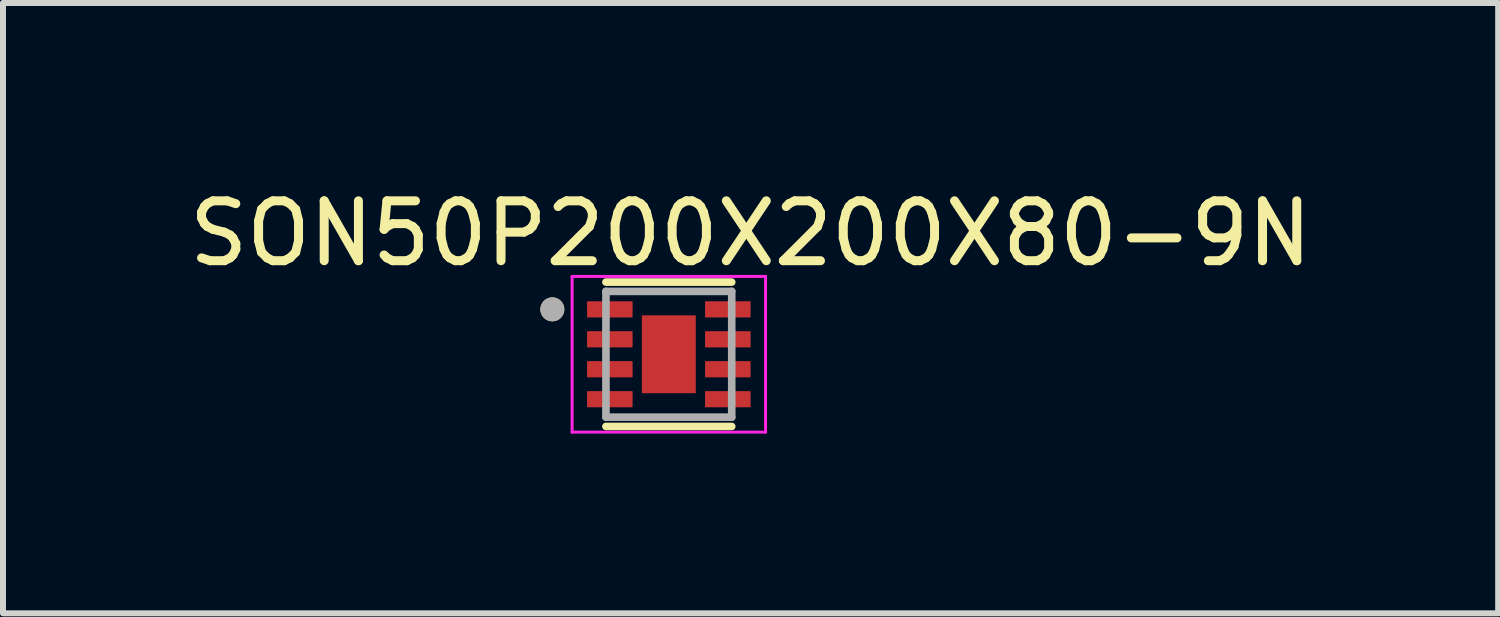
<source format=kicad_pcb>
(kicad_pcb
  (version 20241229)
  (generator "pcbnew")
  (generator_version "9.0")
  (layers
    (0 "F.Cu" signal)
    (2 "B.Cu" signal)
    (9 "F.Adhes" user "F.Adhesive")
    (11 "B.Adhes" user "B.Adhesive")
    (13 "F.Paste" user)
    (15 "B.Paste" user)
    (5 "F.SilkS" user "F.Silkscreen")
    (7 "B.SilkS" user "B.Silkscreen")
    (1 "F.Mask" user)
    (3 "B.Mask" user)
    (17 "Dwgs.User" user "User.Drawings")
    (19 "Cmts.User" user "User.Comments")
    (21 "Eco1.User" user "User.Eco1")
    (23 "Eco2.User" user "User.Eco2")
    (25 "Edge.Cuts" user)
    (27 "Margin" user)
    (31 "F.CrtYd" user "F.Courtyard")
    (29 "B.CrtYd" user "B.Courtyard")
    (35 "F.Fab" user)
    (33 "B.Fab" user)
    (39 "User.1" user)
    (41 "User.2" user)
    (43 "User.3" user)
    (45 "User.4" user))
  (footprint "SON50P200X200X80-9N"
    (layer "F.Cu")
    (at 8.117 2.865)
    (property "Reference" "SON50P200X200X80-9N" (at 1.365 -2.017 0) (layer "F.SilkS") (effects (font (size 1 1) (thickness 0.15))))
    (attr smd)
    (fp_line (start -1.05 -1.205) (end 1.05 -1.205) (stroke (width 0.127) (type solid)) (layer "F.SilkS"))
    (fp_line (start -1.05 1.205) (end 1.05 1.205) (stroke (width 0.127) (type solid)) (layer "F.SilkS"))
    (fp_circle (center -1.945 -0.75) (end -1.845 -0.75) (stroke (width 0.2) (type solid)) (fill no) (layer "F.SilkS"))
    (fp_poly (pts (xy -0.28 -0.41) (xy 0.28 -0.41) (xy 0.28 0.41) (xy -0.28 0.41)) (stroke (width 0.01) (type solid)) (fill yes) (layer "F.Paste"))
    (fp_line (start -1.615 -1.3) (end -1.615 1.3) (stroke (width 0.05) (type solid)) (layer "F.CrtYd"))
    (fp_line (start -1.615 -1.3) (end 1.615 -1.3) (stroke (width 0.05) (type solid)) (layer "F.CrtYd"))
    (fp_line (start -1.615 1.3) (end 1.615 1.3) (stroke (width 0.05) (type solid)) (layer "F.CrtYd"))
    (fp_line (start 1.615 -1.3) (end 1.615 1.3) (stroke (width 0.05) (type solid)) (layer "F.CrtYd"))
    (fp_line (start -1.05 -1.05) (end -1.05 1.05) (stroke (width 0.127) (type solid)) (layer "F.Fab"))
    (fp_line (start -1.05 -1.05) (end 1.05 -1.05) (stroke (width 0.127) (type solid)) (layer "F.Fab"))
    (fp_line (start -1.05 1.05) (end 1.05 1.05) (stroke (width 0.127) (type solid)) (layer "F.Fab"))
    (fp_line (start 1.05 -1.05) (end 1.05 1.05) (stroke (width 0.127) (type solid)) (layer "F.Fab"))
    (fp_circle (center -1.945 -0.75) (end -1.845 -0.75) (stroke (width 0.2) (type solid)) (fill no) (layer "F.Fab"))
    (pad "1" smd roundrect (at -0.985 -0.75) (size 0.76 0.27) (layers "F.Cu" "F.Mask" "F.Paste") (roundrect_rratio 0.03))
    (pad "2" smd roundrect (at -0.985 -0.25) (size 0.76 0.27) (layers "F.Cu" "F.Mask" "F.Paste") (roundrect_rratio 0.03))
    (pad "3" smd roundrect (at -0.985 0.25) (size 0.76 0.27) (layers "F.Cu" "F.Mask" "F.Paste") (roundrect_rratio 0.03))
    (pad "4" smd roundrect (at -0.985 0.75) (size 0.76 0.27) (layers "F.Cu" "F.Mask" "F.Paste") (roundrect_rratio 0.03))
    (pad "5" smd roundrect (at 0.985 0.75) (size 0.76 0.27) (layers "F.Cu" "F.Mask" "F.Paste") (roundrect_rratio 0.03))
    (pad "6" smd roundrect (at 0.985 0.25) (size 0.76 0.27) (layers "F.Cu" "F.Mask" "F.Paste") (roundrect_rratio 0.03))
    (pad "7" smd roundrect (at 0.985 -0.25) (size 0.76 0.27) (layers "F.Cu" "F.Mask" "F.Paste") (roundrect_rratio 0.03))
    (pad "8" smd roundrect (at 0.985 -0.75) (size 0.76 0.27) (layers "F.Cu" "F.Mask" "F.Paste") (roundrect_rratio 0.03))
    (pad "9" smd rect (at 0 0) (size 0.9 1.3) (layers "F.Cu" "F.Mask")))
  (gr_rect
    (start -3 -3)
    (end 21.964 7.19)
    (stroke (width 0.1) (type default))
    (fill no)
    (layer "Edge.Cuts")))
</source>
